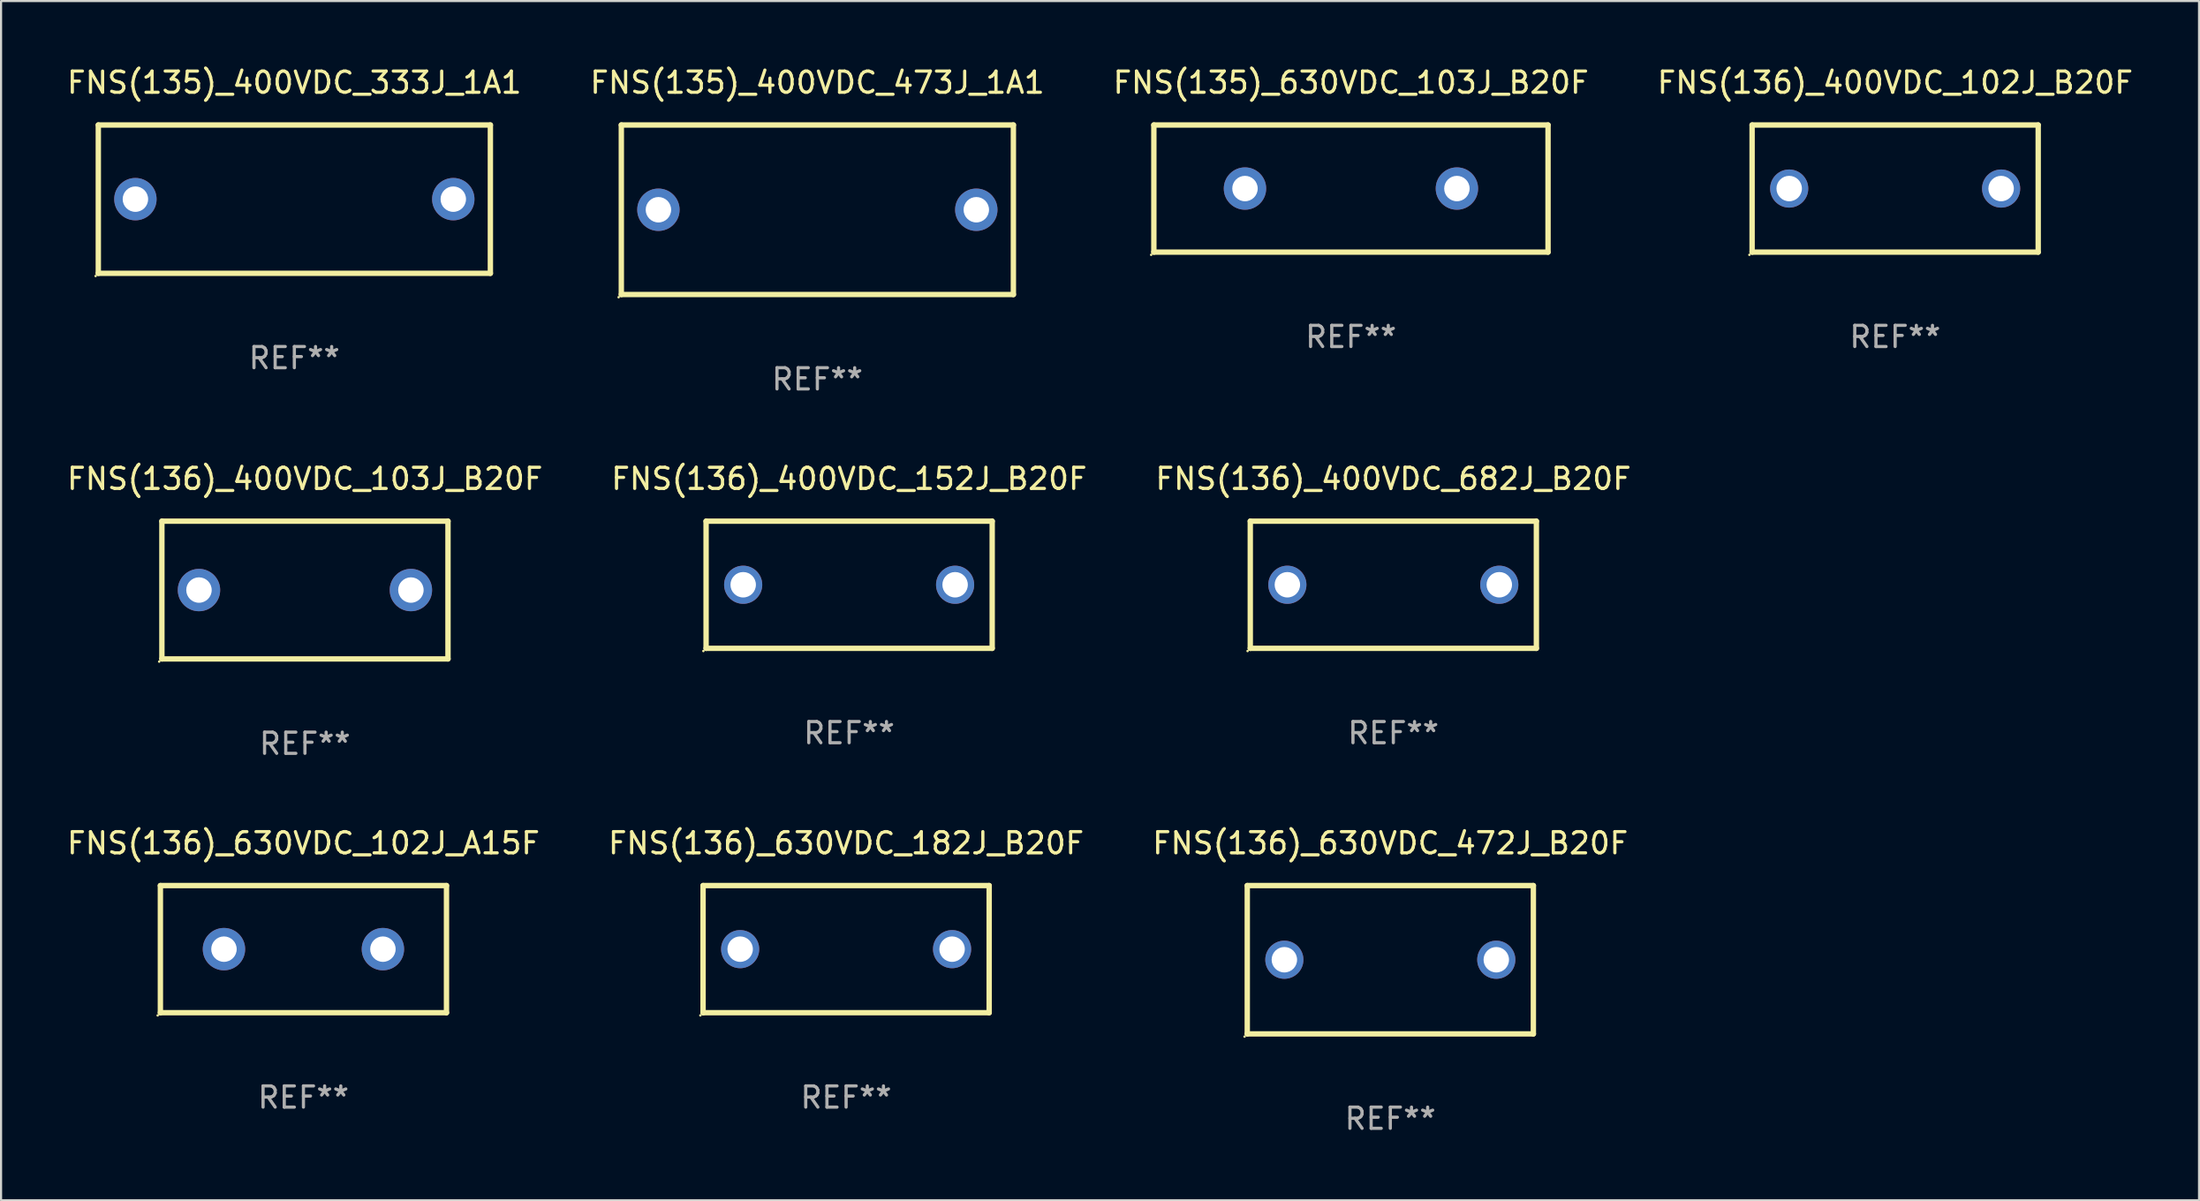
<source format=kicad_pcb>
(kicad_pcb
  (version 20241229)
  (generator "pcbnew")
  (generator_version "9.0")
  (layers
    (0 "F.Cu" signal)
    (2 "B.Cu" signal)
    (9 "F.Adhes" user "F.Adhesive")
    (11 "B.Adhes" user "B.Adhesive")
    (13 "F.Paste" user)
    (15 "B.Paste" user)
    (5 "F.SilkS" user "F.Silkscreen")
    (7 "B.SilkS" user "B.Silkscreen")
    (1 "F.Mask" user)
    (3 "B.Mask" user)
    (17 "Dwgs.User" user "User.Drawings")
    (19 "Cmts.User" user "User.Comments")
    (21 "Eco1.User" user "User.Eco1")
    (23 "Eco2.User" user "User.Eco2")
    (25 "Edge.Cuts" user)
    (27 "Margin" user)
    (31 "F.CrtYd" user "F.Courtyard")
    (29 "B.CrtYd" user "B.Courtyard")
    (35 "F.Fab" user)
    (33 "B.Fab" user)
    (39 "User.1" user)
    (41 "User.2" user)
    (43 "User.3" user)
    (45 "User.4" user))
  (footprint "FNS(136)_400VDC_152J_B20F"
    (layer "F.Cu")
    (at 37.018 24.545)
    (property "Reference" "FNS(136)_400VDC_152J_B20F" (at 0 -5 0) (layer "F.SilkS") (effects (font (size 1 1) (thickness 0.15))))
    (attr through_hole)
    (fp_line (start -6.75 -3) (end 6.75 -3) (stroke (width 0.254) (type solid)) (layer "F.SilkS"))
    (fp_line (start -6.75 3) (end -6.75 -3) (stroke (width 0.254) (type solid)) (layer "F.SilkS"))
    (fp_line (start 6.75 -3) (end 6.75 3) (stroke (width 0.254) (type solid)) (layer "F.SilkS"))
    (fp_line (start 6.75 3) (end -6.75 3) (stroke (width 0.254) (type solid)) (layer "F.SilkS"))
    (fp_circle (center -6.877 3.127) (end -6.847 3.127) (stroke (width 0.06) (type solid)) (fill no) (layer "F.SilkS"))
    (fp_text user "REF**" (at 0 7 0) (layer "F.Fab") (effects (font (size 1 1) (thickness 0.15))))
    (pad "1" thru_hole circle (at -5 0) (size 1.8 1.8) (drill 1.2) (layers "*.Cu" "*.Mask"))
    (pad "2" thru_hole circle (at 5 0) (size 1.8 1.8) (drill 1.2) (layers "*.Cu" "*.Mask")))
  (footprint "FNS(136)_630VDC_102J_A15F"
    (layer "F.Cu")
    (at 11.268 41.741)
    (property "Reference" "FNS(136)_630VDC_102J_A15F" (at 0 -5 0) (layer "F.SilkS") (effects (font (size 1 1) (thickness 0.15))))
    (attr through_hole)
    (fp_line (start -6.75 -3) (end 6.75 -3) (stroke (width 0.254) (type solid)) (layer "F.SilkS"))
    (fp_line (start -6.75 3) (end -6.75 -3) (stroke (width 0.254) (type solid)) (layer "F.SilkS"))
    (fp_line (start 6.75 -3) (end 6.75 3) (stroke (width 0.254) (type solid)) (layer "F.SilkS"))
    (fp_line (start 6.75 3) (end -6.75 3) (stroke (width 0.254) (type solid)) (layer "F.SilkS"))
    (fp_circle (center -6.877 3.127) (end -6.847 3.127) (stroke (width 0.06) (type solid)) (fill no) (layer "F.SilkS"))
    (fp_text user "REF**" (at 0 7 0) (layer "F.Fab") (effects (font (size 1 1) (thickness 0.15))))
    (pad "1" thru_hole circle (at -3.75 0) (size 2 2) (drill 1.2) (layers "*.Cu" "*.Mask"))
    (pad "2" thru_hole circle (at 3.75 0) (size 2 2) (drill 1.2) (layers "*.Cu" "*.Mask")))
  (footprint "FNS(136)_630VDC_472J_B20F"
    (layer "F.Cu")
    (at 62.554 42.241)
    (property "Reference" "FNS(136)_630VDC_472J_B20F" (at 0 -5.5 0) (layer "F.SilkS") (effects (font (size 1 1) (thickness 0.15))))
    (attr through_hole)
    (fp_line (start -6.75 -3.5) (end 6.75 -3.5) (stroke (width 0.254) (type solid)) (layer "F.SilkS"))
    (fp_line (start -6.75 3.5) (end -6.75 -3.5) (stroke (width 0.254) (type solid)) (layer "F.SilkS"))
    (fp_line (start 6.75 -3.5) (end 6.75 3.5) (stroke (width 0.254) (type solid)) (layer "F.SilkS"))
    (fp_line (start 6.75 3.5) (end -6.75 3.5) (stroke (width 0.254) (type solid)) (layer "F.SilkS"))
    (fp_circle (center -6.877 3.627) (end -6.847 3.627) (stroke (width 0.06) (type solid)) (fill no) (layer "F.SilkS"))
    (fp_text user "REF**" (at 0 7.5 0) (layer "F.Fab") (effects (font (size 1 1) (thickness 0.15))))
    (pad "1" thru_hole circle (at -5 0) (size 1.8 1.8) (drill 1.2) (layers "*.Cu" "*.Mask"))
    (pad "2" thru_hole circle (at 5 0) (size 1.8 1.8) (drill 1.2) (layers "*.Cu" "*.Mask")))
  (footprint "FNS(136)_400VDC_682J_B20F"
    (layer "F.Cu")
    (at 62.696 24.545)
    (property "Reference" "FNS(136)_400VDC_682J_B20F" (at 0 -5 0) (layer "F.SilkS") (effects (font (size 1 1) (thickness 0.15))))
    (attr through_hole)
    (fp_line (start -6.75 -3) (end 6.75 -3) (stroke (width 0.254) (type solid)) (layer "F.SilkS"))
    (fp_line (start -6.75 3) (end -6.75 -3) (stroke (width 0.254) (type solid)) (layer "F.SilkS"))
    (fp_line (start 6.75 -3) (end 6.75 3) (stroke (width 0.254) (type solid)) (layer "F.SilkS"))
    (fp_line (start 6.75 3) (end -6.75 3) (stroke (width 0.254) (type solid)) (layer "F.SilkS"))
    (fp_circle (center -6.877 3.127) (end -6.847 3.127) (stroke (width 0.06) (type solid)) (fill no) (layer "F.SilkS"))
    (fp_text user "REF**" (at 0 7 0) (layer "F.Fab") (effects (font (size 1 1) (thickness 0.15))))
    (pad "1" thru_hole circle (at -5 0) (size 1.8 1.8) (drill 1.2) (layers "*.Cu" "*.Mask"))
    (pad "2" thru_hole circle (at 5 0) (size 1.8 1.8) (drill 1.2) (layers "*.Cu" "*.Mask")))
  (footprint "FNS(136)_400VDC_102J_B20F"
    (layer "F.Cu")
    (at 86.375 5.848)
    (property "Reference" "FNS(136)_400VDC_102J_B20F" (at 0 -5 0) (layer "F.SilkS") (effects (font (size 1 1) (thickness 0.15))))
    (attr through_hole)
    (fp_line (start -6.75 -3) (end 6.75 -3) (stroke (width 0.254) (type solid)) (layer "F.SilkS"))
    (fp_line (start -6.75 3) (end -6.75 -3) (stroke (width 0.254) (type solid)) (layer "F.SilkS"))
    (fp_line (start 6.75 -3) (end 6.75 3) (stroke (width 0.254) (type solid)) (layer "F.SilkS"))
    (fp_line (start 6.75 3) (end -6.75 3) (stroke (width 0.254) (type solid)) (layer "F.SilkS"))
    (fp_circle (center -6.877 3.127) (end -6.847 3.127) (stroke (width 0.06) (type solid)) (fill no) (layer "F.SilkS"))
    (fp_text user "REF**" (at 0 7 0) (layer "F.Fab") (effects (font (size 1 1) (thickness 0.15))))
    (pad "1" thru_hole circle (at -5 0) (size 1.8 1.8) (drill 1.2) (layers "*.Cu" "*.Mask"))
    (pad "2" thru_hole circle (at 5 0) (size 1.8 1.8) (drill 1.2) (layers "*.Cu" "*.Mask")))
  (footprint "FNS(135)_630VDC_103J_B20F"
    (layer "F.Cu")
    (at 60.696 5.848)
    (property "Reference" "FNS(135)_630VDC_103J_B20F" (at 0 -5 0) (layer "F.SilkS") (effects (font (size 1 1) (thickness 0.15))))
    (attr through_hole)
    (fp_line (start -9.3 -3) (end 9.3 -3) (stroke (width 0.254) (type solid)) (layer "F.SilkS"))
    (fp_line (start -9.3 3) (end -9.3 -3) (stroke (width 0.254) (type solid)) (layer "F.SilkS"))
    (fp_line (start 9.3 -3) (end 9.3 3) (stroke (width 0.254) (type solid)) (layer "F.SilkS"))
    (fp_line (start 9.3 3) (end -9.3 3) (stroke (width 0.254) (type solid)) (layer "F.SilkS"))
    (fp_circle (center -9.427 3.127) (end -9.397 3.127) (stroke (width 0.06) (type solid)) (fill no) (layer "F.SilkS"))
    (fp_text user "REF**" (at 0 7 0) (layer "F.Fab") (effects (font (size 1 1) (thickness 0.15))))
    (pad "1" thru_hole circle (at -5 0) (size 2 2) (drill 1.2) (layers "*.Cu" "*.Mask"))
    (pad "2" thru_hole circle (at 5 0) (size 2 2) (drill 1.2) (layers "*.Cu" "*.Mask")))
  (footprint "FNS(136)_400VDC_103J_B20F"
    (layer "F.Cu")
    (at 11.339 24.795)
    (property "Reference" "FNS(136)_400VDC_103J_B20F" (at 0 -5.25 0) (layer "F.SilkS") (effects (font (size 1 1) (thickness 0.15))))
    (attr through_hole)
    (fp_line (start -6.75 -3.25) (end 6.75 -3.25) (stroke (width 0.254) (type solid)) (layer "F.SilkS"))
    (fp_line (start -6.75 3.25) (end -6.75 -3.25) (stroke (width 0.254) (type solid)) (layer "F.SilkS"))
    (fp_line (start 6.75 -3.25) (end 6.75 3.25) (stroke (width 0.254) (type solid)) (layer "F.SilkS"))
    (fp_line (start 6.75 3.25) (end -6.75 3.25) (stroke (width 0.254) (type solid)) (layer "F.SilkS"))
    (fp_circle (center -6.877 3.377) (end -6.847 3.377) (stroke (width 0.06) (type solid)) (fill no) (layer "F.SilkS"))
    (fp_text user "REF**" (at 0 7.25 0) (layer "F.Fab") (effects (font (size 1 1) (thickness 0.15))))
    (pad "1" thru_hole circle (at -5 -0.000013) (size 2 2) (drill 1.2) (layers "*.Cu" "*.Mask"))
    (pad "2" thru_hole circle (at 5 -0.000013) (size 2 2) (drill 1.2) (layers "*.Cu" "*.Mask")))
  (footprint "FNS(136)_630VDC_182J_B20F"
    (layer "F.Cu")
    (at 36.875 41.741)
    (property "Reference" "FNS(136)_630VDC_182J_B20F" (at 0 -5 0) (layer "F.SilkS") (effects (font (size 1 1) (thickness 0.15))))
    (attr through_hole)
    (fp_line (start -6.75 -3) (end 6.75 -3) (stroke (width 0.254) (type solid)) (layer "F.SilkS"))
    (fp_line (start -6.75 3) (end -6.75 -3) (stroke (width 0.254) (type solid)) (layer "F.SilkS"))
    (fp_line (start 6.75 -3) (end 6.75 3) (stroke (width 0.254) (type solid)) (layer "F.SilkS"))
    (fp_line (start 6.75 3) (end -6.75 3) (stroke (width 0.254) (type solid)) (layer "F.SilkS"))
    (fp_circle (center -6.877 3.127) (end -6.847 3.127) (stroke (width 0.06) (type solid)) (fill no) (layer "F.SilkS"))
    (fp_text user "REF**" (at 0 7 0) (layer "F.Fab") (effects (font (size 1 1) (thickness 0.15))))
    (pad "1" thru_hole circle (at -5 0) (size 1.8 1.8) (drill 1.2) (layers "*.Cu" "*.Mask"))
    (pad "2" thru_hole circle (at 5 0) (size 1.8 1.8) (drill 1.2) (layers "*.Cu" "*.Mask")))
  (footprint "FNS(135)_400VDC_473J_1A1"
    (layer "F.Cu")
    (at 35.518 6.848)
    (property "Reference" "FNS(135)_400VDC_473J_1A1" (at 0 -6 0) (layer "F.SilkS") (effects (font (size 1 1) (thickness 0.15))))
    (attr through_hole)
    (fp_line (start -9.25 -4) (end 9.25 -4) (stroke (width 0.254) (type solid)) (layer "F.SilkS"))
    (fp_line (start -9.25 4) (end -9.25 -4) (stroke (width 0.254) (type solid)) (layer "F.SilkS"))
    (fp_line (start 9.25 -4) (end 9.25 4) (stroke (width 0.254) (type solid)) (layer "F.SilkS"))
    (fp_line (start 9.25 4) (end -9.25 4) (stroke (width 0.254) (type solid)) (layer "F.SilkS"))
    (fp_circle (center -9.377 4.127) (end -9.347 4.127) (stroke (width 0.06) (type solid)) (fill no) (layer "F.SilkS"))
    (fp_text user "REF**" (at 0 8 0) (layer "F.Fab") (effects (font (size 1 1) (thickness 0.15))))
    (pad "1" thru_hole circle (at -7.5 0) (size 2 2) (drill 1.2) (layers "*.Cu" "*.Mask"))
    (pad "2" thru_hole circle (at 7.5 0) (size 2 2) (drill 1.2) (layers "*.Cu" "*.Mask")))
  (footprint "FNS(135)_400VDC_333J_1A1"
    (layer "F.Cu")
    (at 10.839 6.348)
    (property "Reference" "FNS(135)_400VDC_333J_1A1" (at 0 -5.5 0) (layer "F.SilkS") (effects (font (size 1 1) (thickness 0.15))))
    (attr through_hole)
    (fp_line (start -9.25 -3.5) (end 9.25 -3.5) (stroke (width 0.254) (type solid)) (layer "F.SilkS"))
    (fp_line (start -9.25 3.5) (end -9.25 -3.5) (stroke (width 0.254) (type solid)) (layer "F.SilkS"))
    (fp_line (start 9.25 -3.5) (end 9.25 3.5) (stroke (width 0.254) (type solid)) (layer "F.SilkS"))
    (fp_line (start 9.25 3.5) (end -9.25 3.5) (stroke (width 0.254) (type solid)) (layer "F.SilkS"))
    (fp_circle (center -9.377 3.627) (end -9.347 3.627) (stroke (width 0.06) (type solid)) (fill no) (layer "F.SilkS"))
    (fp_text user "REF**" (at 0 7.5 0) (layer "F.Fab") (effects (font (size 1 1) (thickness 0.15))))
    (pad "1" thru_hole circle (at -7.5 0) (size 2 2) (drill 1.2) (layers "*.Cu" "*.Mask"))
    (pad "2" thru_hole circle (at 7.5 0) (size 2 2) (drill 1.2) (layers "*.Cu" "*.Mask")))
  (gr_rect
    (start -3 -3)
    (end 100.714 53.59)
    (stroke (width 0.1) (type default))
    (fill no)
    (layer "Edge.Cuts")))
</source>
